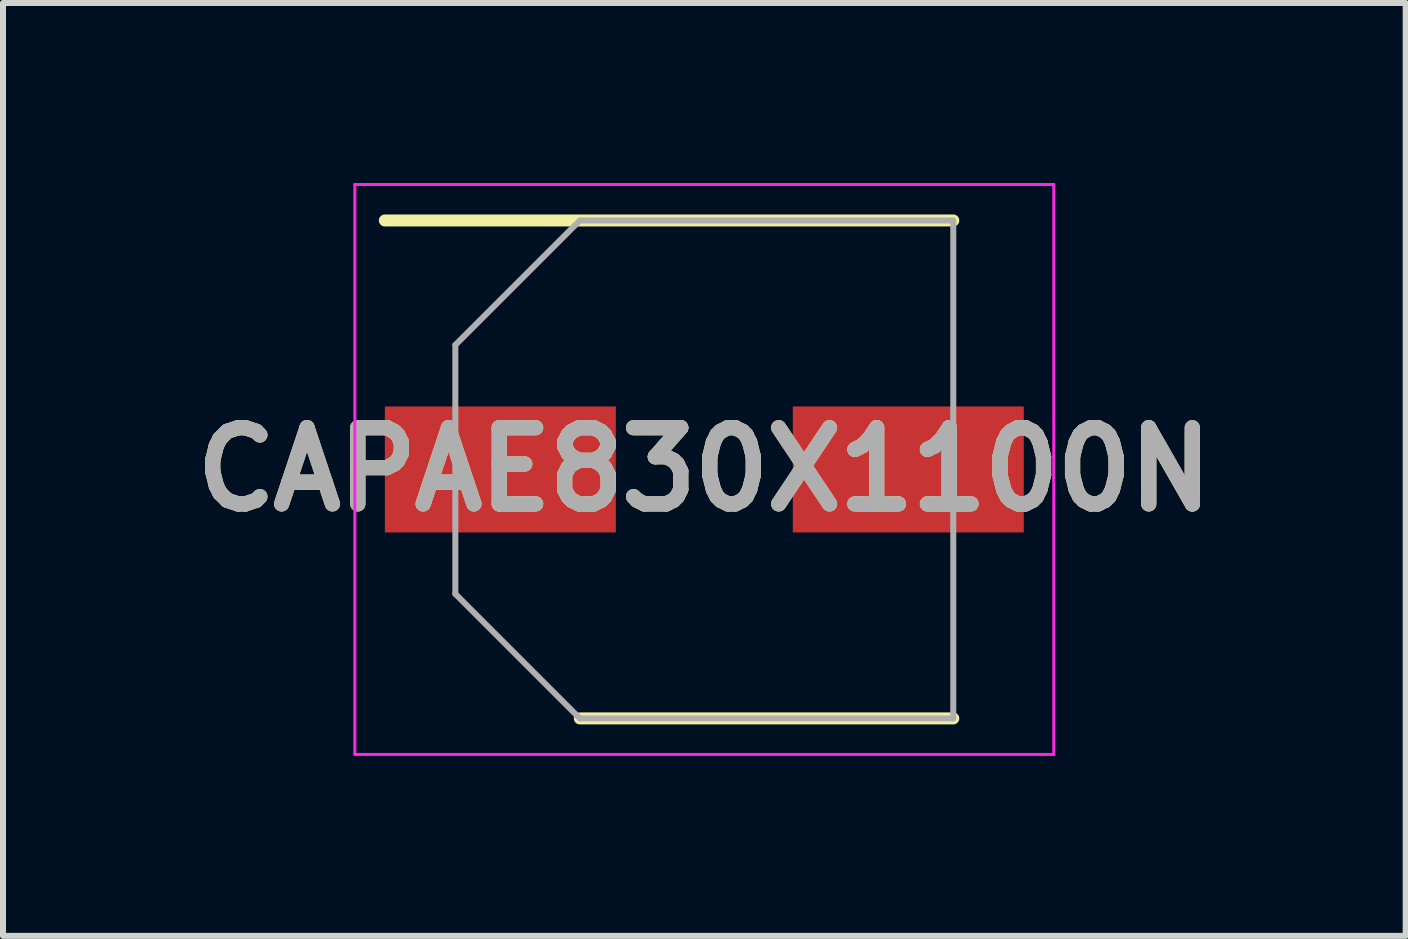
<source format=kicad_pcb>
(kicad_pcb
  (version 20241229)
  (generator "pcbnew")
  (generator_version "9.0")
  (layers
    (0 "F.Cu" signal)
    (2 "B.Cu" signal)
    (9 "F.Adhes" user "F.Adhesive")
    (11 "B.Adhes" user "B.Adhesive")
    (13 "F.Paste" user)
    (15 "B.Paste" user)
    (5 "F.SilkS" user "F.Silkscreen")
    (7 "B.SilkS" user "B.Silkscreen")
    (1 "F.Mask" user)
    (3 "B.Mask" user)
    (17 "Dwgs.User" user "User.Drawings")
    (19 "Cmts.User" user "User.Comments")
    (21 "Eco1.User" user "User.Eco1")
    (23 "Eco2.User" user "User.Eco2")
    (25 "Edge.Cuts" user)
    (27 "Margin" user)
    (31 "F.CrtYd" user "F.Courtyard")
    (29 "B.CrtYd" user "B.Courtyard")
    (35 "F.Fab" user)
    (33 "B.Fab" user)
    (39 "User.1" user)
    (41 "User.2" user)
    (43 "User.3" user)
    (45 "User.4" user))
  (footprint "CAPAE830X1100N"
    (layer "F.Cu")
    (at 8.69 4.775)
    (property "Reference" "CAPAE830X1100N" (at 0 0 0) (layer "F.SilkS") (effects (font (size 1.27 1.27) (thickness 0.254))))
    (attr smd)
    (fp_line (start -5.325 -4.15) (end 4.15 -4.15) (stroke (width 0.2) (type solid)) (layer "F.SilkS"))
    (fp_line (start -2.075 4.15) (end 4.15 4.15) (stroke (width 0.2) (type solid)) (layer "F.SilkS"))
    (fp_line (start -5.825 -4.75) (end 5.825 -4.75) (stroke (width 0.05) (type solid)) (layer "F.CrtYd"))
    (fp_line (start -5.825 4.75) (end -5.825 -4.75) (stroke (width 0.05) (type solid)) (layer "F.CrtYd"))
    (fp_line (start 5.825 -4.75) (end 5.825 4.75) (stroke (width 0.05) (type solid)) (layer "F.CrtYd"))
    (fp_line (start 5.825 4.75) (end -5.825 4.75) (stroke (width 0.05) (type solid)) (layer "F.CrtYd"))
    (fp_line (start -4.15 -2.075) (end -4.15 2.075) (stroke (width 0.1) (type solid)) (layer "F.Fab"))
    (fp_line (start -4.15 2.075) (end -2.075 4.15) (stroke (width 0.1) (type solid)) (layer "F.Fab"))
    (fp_line (start -2.075 -4.15) (end -4.15 -2.075) (stroke (width 0.1) (type solid)) (layer "F.Fab"))
    (fp_line (start -2.075 4.15) (end 4.15 4.15) (stroke (width 0.1) (type solid)) (layer "F.Fab"))
    (fp_line (start 4.15 -4.15) (end -2.075 -4.15) (stroke (width 0.1) (type solid)) (layer "F.Fab"))
    (fp_line (start 4.15 4.15) (end 4.15 -4.15) (stroke (width 0.1) (type solid)) (layer "F.Fab"))
    (fp_text user "${REFERENCE}" (at 0 0 0) (layer "F.Fab") (effects (font (size 1.27 1.27) (thickness 0.254))))
    (pad "1" smd rect (at -3.4 0 90) (size 2.1 3.85) (layers "F.Cu" "F.Mask" "F.Paste"))
    (pad "2" smd rect (at 3.4 0 90) (size 2.1 3.85) (layers "F.Cu" "F.Mask" "F.Paste")))
  (gr_rect
    (start -3 -3)
    (end 20.381 12.55)
    (stroke (width 0.1) (type default))
    (fill no)
    (layer "Edge.Cuts")))
</source>
